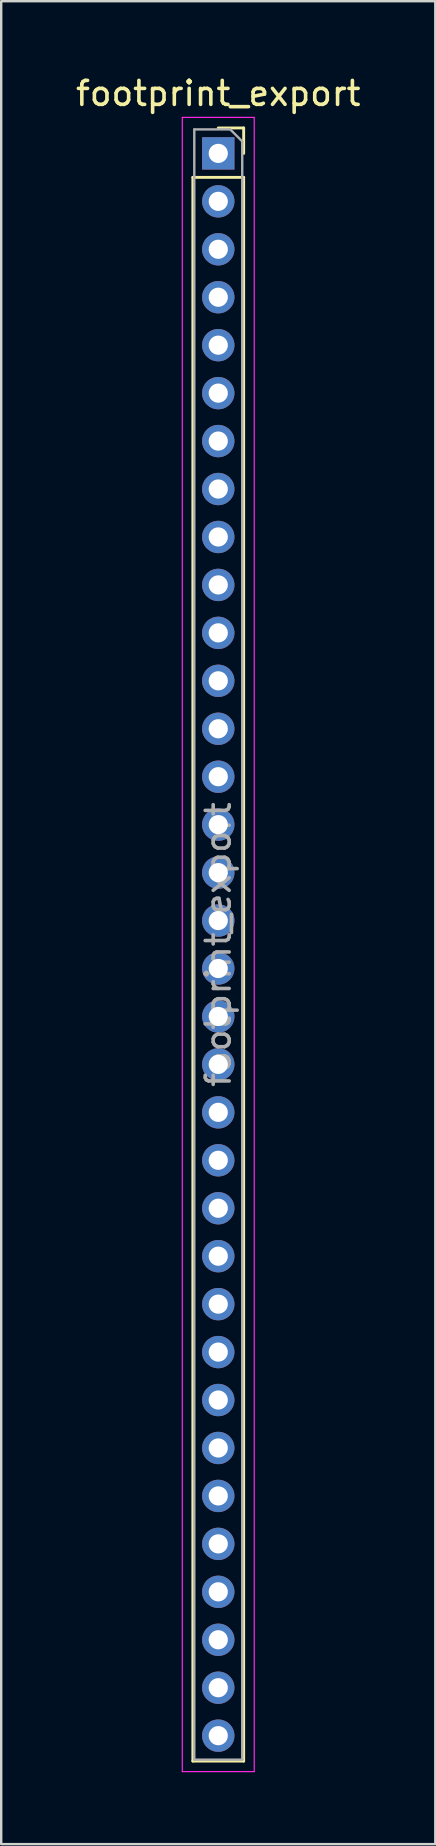
<source format=kicad_pcb>
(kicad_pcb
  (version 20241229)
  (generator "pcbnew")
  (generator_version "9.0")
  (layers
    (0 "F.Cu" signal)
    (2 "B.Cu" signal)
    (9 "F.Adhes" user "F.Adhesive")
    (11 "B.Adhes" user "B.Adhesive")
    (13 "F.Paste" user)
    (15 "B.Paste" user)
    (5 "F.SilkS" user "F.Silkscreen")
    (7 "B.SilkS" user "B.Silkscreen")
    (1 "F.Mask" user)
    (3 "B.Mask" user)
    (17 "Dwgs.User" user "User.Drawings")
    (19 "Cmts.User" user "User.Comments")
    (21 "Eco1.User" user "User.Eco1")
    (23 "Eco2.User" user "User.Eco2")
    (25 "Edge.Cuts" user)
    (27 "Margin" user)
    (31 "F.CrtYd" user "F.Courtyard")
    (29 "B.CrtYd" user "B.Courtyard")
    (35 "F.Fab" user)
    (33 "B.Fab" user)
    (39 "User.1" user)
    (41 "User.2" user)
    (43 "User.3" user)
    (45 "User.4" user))
  (footprint "footprint_export"
    (layer "F.Cu")
    (at 6.054 3.348)
    (property "Reference" "footprint_export" (at 0 -2.5 0) (layer "F.SilkS") (effects (font (size 1 1) (thickness 0.15))))
    (attr through_hole)
    (fp_line (start -1.06 1) (end -1.06 67.06) (stroke (width 0.12) (type solid)) (layer "F.SilkS"))
    (fp_line (start -1.06 1) (end 1.06 1) (stroke (width 0.12) (type solid)) (layer "F.SilkS"))
    (fp_line (start -1.06 67.06) (end 1.06 67.06) (stroke (width 0.12) (type solid)) (layer "F.SilkS"))
    (fp_line (start 0 -1.06) (end 1.06 -1.06) (stroke (width 0.12) (type solid)) (layer "F.SilkS"))
    (fp_line (start 1.06 -1.06) (end 1.06 0) (stroke (width 0.12) (type solid)) (layer "F.SilkS"))
    (fp_line (start 1.06 1) (end 1.06 67.06) (stroke (width 0.12) (type solid)) (layer "F.SilkS"))
    (fp_line (start -1.5 -1.5) (end 1.5 -1.5) (stroke (width 0.05) (type solid)) (layer "F.CrtYd"))
    (fp_line (start -1.5 67.5) (end -1.5 -1.5) (stroke (width 0.05) (type solid)) (layer "F.CrtYd"))
    (fp_line (start 1.5 -1.5) (end 1.5 67.5) (stroke (width 0.05) (type solid)) (layer "F.CrtYd"))
    (fp_line (start 1.5 67.5) (end -1.5 67.5) (stroke (width 0.05) (type solid)) (layer "F.CrtYd"))
    (fp_line (start -1 -1) (end 0.5 -1) (stroke (width 0.1) (type solid)) (layer "F.Fab"))
    (fp_line (start -1 67) (end -1 -1) (stroke (width 0.1) (type solid)) (layer "F.Fab"))
    (fp_line (start 0.5 -1) (end 1 -0.5) (stroke (width 0.1) (type solid)) (layer "F.Fab"))
    (fp_line (start 1 -0.5) (end 1 67) (stroke (width 0.1) (type solid)) (layer "F.Fab"))
    (fp_line (start 1 67) (end -1 67) (stroke (width 0.1) (type solid)) (layer "F.Fab"))
    (fp_text user "${REFERENCE}" (at 0 33 90) (layer "F.Fab") (effects (font (size 1 1) (thickness 0.15))))
    (pad "1" thru_hole rect (at 0 0) (size 1.35 1.35) (drill 0.8) (layers "*.Cu" "*.Mask"))
    (pad "2" thru_hole oval (at 0 2) (size 1.35 1.35) (drill 0.8) (layers "*.Cu" "*.Mask"))
    (pad "3" thru_hole oval (at 0 4) (size 1.35 1.35) (drill 0.8) (layers "*.Cu" "*.Mask"))
    (pad "4" thru_hole oval (at 0 6) (size 1.35 1.35) (drill 0.8) (layers "*.Cu" "*.Mask"))
    (pad "5" thru_hole oval (at 0 8) (size 1.35 1.35) (drill 0.8) (layers "*.Cu" "*.Mask"))
    (pad "6" thru_hole oval (at 0 10) (size 1.35 1.35) (drill 0.8) (layers "*.Cu" "*.Mask"))
    (pad "7" thru_hole oval (at 0 12) (size 1.35 1.35) (drill 0.8) (layers "*.Cu" "*.Mask"))
    (pad "8" thru_hole oval (at 0 14) (size 1.35 1.35) (drill 0.8) (layers "*.Cu" "*.Mask"))
    (pad "9" thru_hole oval (at 0 16) (size 1.35 1.35) (drill 0.8) (layers "*.Cu" "*.Mask"))
    (pad "10" thru_hole oval (at 0 18) (size 1.35 1.35) (drill 0.8) (layers "*.Cu" "*.Mask"))
    (pad "11" thru_hole oval (at 0 20) (size 1.35 1.35) (drill 0.8) (layers "*.Cu" "*.Mask"))
    (pad "12" thru_hole oval (at 0 22) (size 1.35 1.35) (drill 0.8) (layers "*.Cu" "*.Mask"))
    (pad "13" thru_hole oval (at 0 24) (size 1.35 1.35) (drill 0.8) (layers "*.Cu" "*.Mask"))
    (pad "14" thru_hole oval (at 0 26) (size 1.35 1.35) (drill 0.8) (layers "*.Cu" "*.Mask"))
    (pad "15" thru_hole oval (at 0 28) (size 1.35 1.35) (drill 0.8) (layers "*.Cu" "*.Mask"))
    (pad "16" thru_hole oval (at 0 30) (size 1.35 1.35) (drill 0.8) (layers "*.Cu" "*.Mask"))
    (pad "17" thru_hole oval (at 0 32) (size 1.35 1.35) (drill 0.8) (layers "*.Cu" "*.Mask"))
    (pad "18" thru_hole oval (at 0 34) (size 1.35 1.35) (drill 0.8) (layers "*.Cu" "*.Mask"))
    (pad "19" thru_hole oval (at 0 36) (size 1.35 1.35) (drill 0.8) (layers "*.Cu" "*.Mask"))
    (pad "20" thru_hole oval (at 0 38) (size 1.35 1.35) (drill 0.8) (layers "*.Cu" "*.Mask"))
    (pad "21" thru_hole oval (at 0 40) (size 1.35 1.35) (drill 0.8) (layers "*.Cu" "*.Mask"))
    (pad "22" thru_hole oval (at 0 42) (size 1.35 1.35) (drill 0.8) (layers "*.Cu" "*.Mask"))
    (pad "23" thru_hole oval (at 0 44) (size 1.35 1.35) (drill 0.8) (layers "*.Cu" "*.Mask"))
    (pad "24" thru_hole oval (at 0 46) (size 1.35 1.35) (drill 0.8) (layers "*.Cu" "*.Mask"))
    (pad "25" thru_hole oval (at 0 48) (size 1.35 1.35) (drill 0.8) (layers "*.Cu" "*.Mask"))
    (pad "26" thru_hole oval (at 0 50) (size 1.35 1.35) (drill 0.8) (layers "*.Cu" "*.Mask"))
    (pad "27" thru_hole oval (at 0 52) (size 1.35 1.35) (drill 0.8) (layers "*.Cu" "*.Mask"))
    (pad "28" thru_hole oval (at 0 54) (size 1.35 1.35) (drill 0.8) (layers "*.Cu" "*.Mask"))
    (pad "29" thru_hole oval (at 0 56) (size 1.35 1.35) (drill 0.8) (layers "*.Cu" "*.Mask"))
    (pad "30" thru_hole oval (at 0 58) (size 1.35 1.35) (drill 0.8) (layers "*.Cu" "*.Mask"))
    (pad "31" thru_hole oval (at 0 60) (size 1.35 1.35) (drill 0.8) (layers "*.Cu" "*.Mask"))
    (pad "32" thru_hole oval (at 0 62) (size 1.35 1.35) (drill 0.8) (layers "*.Cu" "*.Mask"))
    (pad "33" thru_hole oval (at 0 64) (size 1.35 1.35) (drill 0.8) (layers "*.Cu" "*.Mask"))
    (pad "34" thru_hole oval (at 0 66) (size 1.35 1.35) (drill 0.8) (layers "*.Cu" "*.Mask")))
  (gr_rect
    (start -3 -3)
    (end 15.107 73.873)
    (stroke (width 0.1) (type default))
    (fill no)
    (layer "Edge.Cuts")))
</source>
